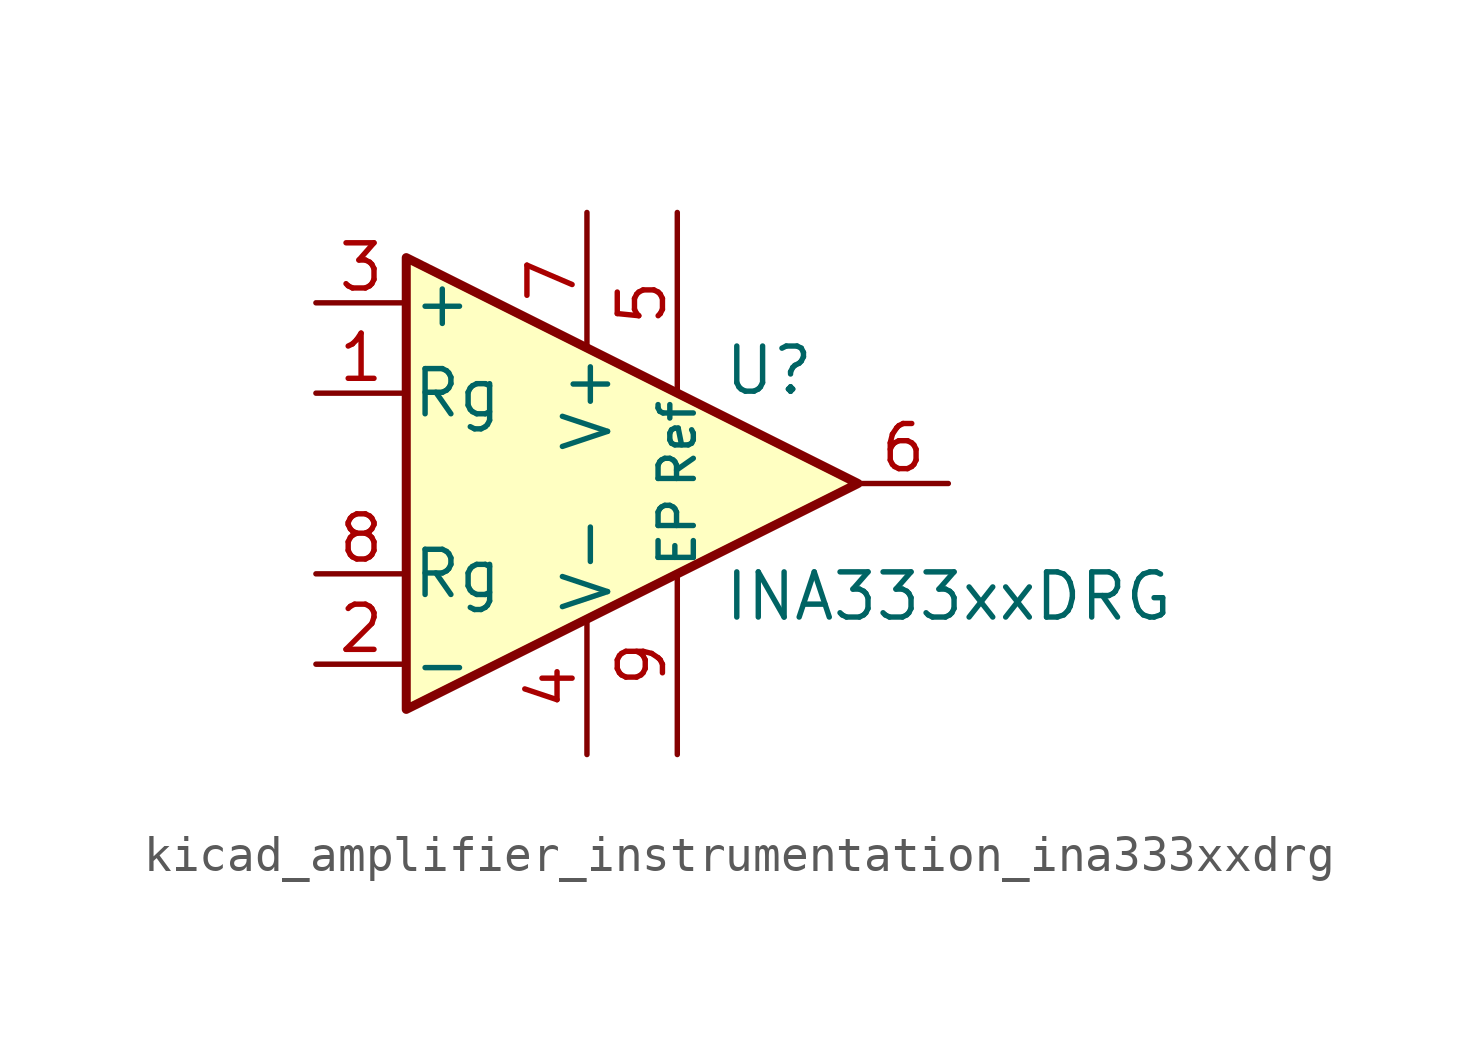
<source format=kicad_sym>
(kicad_symbol_lib
  (version 20220914)
  (generator kicad_symbol_editor)
  (symbol "kicad_amplifier_instrumentation_ina333xxdrg"
    (pin_names
      (offset 0.127))
    (property "Reference" "U"
      (at 3.81 3.175 0)
      (effects (font (size 1.27 1.27)) (justify left)))
    (property "Value" "INA333xxDRG"
      (at 3.81 -3.175 0)
      (effects (font (size 1.27 1.27)) (justify left)))
    (symbol "kicad_amplifier_instrumentation_ina333xxdrg_0_1"
      (polyline (pts (xy 7.62 0) (xy -5.08 6.35) (xy -5.08 -6.35) (xy 7.62 0)) (stroke (width 0.254) (type default)) (fill (type background))))
    (symbol "kicad_amplifier_instrumentation_ina333xxdrg_1_1"
      (pin passive line (at -7.62 2.54 0) (length 2.54) (name "Rg" (effects (font (size 1.27 1.27)))) (number "1" (effects (font (size 1.27 1.27)))))
      (pin input line (at -7.62 -5.08 0) (length 2.54) (name "-" (effects (font (size 1.27 1.27)))) (number "2" (effects (font (size 1.27 1.27)))))
      (pin input line (at -7.62 5.08 0) (length 2.54) (name "+" (effects (font (size 1.27 1.27)))) (number "3" (effects (font (size 1.27 1.27)))))
      (pin power_in line (at 0 -7.62 90) (length 3.81) (name "V-" (effects (font (size 1.27 1.27)))) (number "4" (effects (font (size 1.27 1.27)))))
      (pin input line (at 2.54 7.62 270) (length 5.08) (name "Ref" (effects (font (size 0.991 0.991)))) (number "5" (effects (font (size 1.27 1.27)))))
      (pin output line (at 10.16 0 180) (length 2.54) (name "~" (effects (font (size 1.27 1.27)))) (number "6" (effects (font (size 1.27 1.27)))))
      (pin power_in line (at 0 7.62 270) (length 3.81) (name "V+" (effects (font (size 1.27 1.27)))) (number "7" (effects (font (size 1.27 1.27)))))
      (pin passive line (at -7.62 -2.54 0) (length 2.54) (name "Rg" (effects (font (size 1.27 1.27)))) (number "8" (effects (font (size 1.27 1.27)))))
      (pin passive line (at 2.54 -7.62 90) (length 5.08) (name "EP" (effects (font (size 0.991 0.991)))) (number "9" (effects (font (size 1.27 1.27))))))))
</source>
